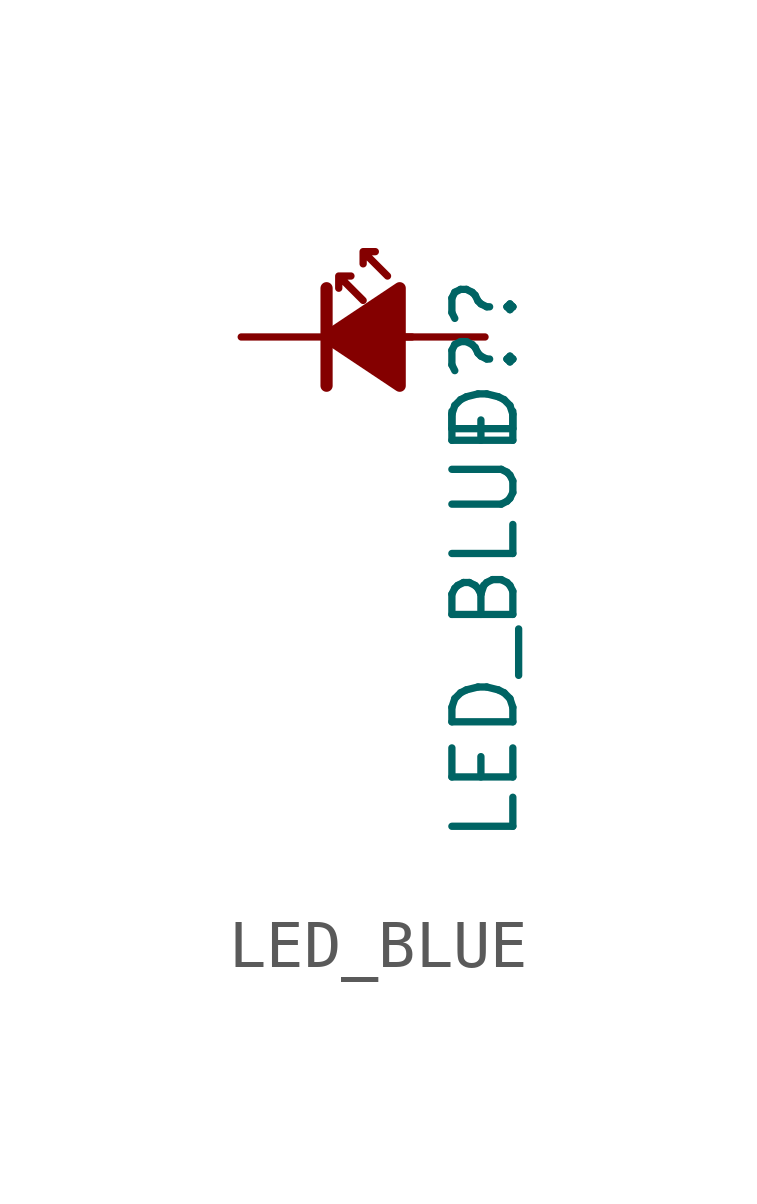
<source format=kicad_sym>
(kicad_symbol_lib
  (version 20211014)
  (generator kicad_symbol_editor)
  (symbol "LED_BLUE"
    (pin_numbers hide)
    (pin_names
      (offset 0.254) hide)
    (property "Reference" "D?"
      (at 2.54 1.334 90)
      (effects (font (size 1.27 1.27)) (justify right)))
    (property "Value" "LED_BLUE"
      (at 2.54 -1.206 90)
      (effects (font (size 1.27 1.27)) (justify right)))
    (symbol "LED_BLUE_0_1"
      (polyline (pts (xy -0.762 -1.016) (xy -0.762 1.016)) (stroke (width 0.254) (type default) (color 0 0 0 0)) (fill (type none)))
      (polyline (pts (xy 1.016 0) (xy -0.762 0)) (stroke (width 0) (type default) (color 0 0 0 0)) (fill (type none)))
      (polyline (pts (xy 0.762 -1.016) (xy -0.762 0) (xy 0.762 1.016) (xy 0.762 -1.016)) (stroke (width 0.254) (type default) (color 0 0 0 0)) (fill (type outline)))
      (polyline (pts (xy 0 0.762) (xy -0.508 1.27) (xy -0.254 1.27) (xy -0.508 1.27) (xy -0.508 1.016)) (stroke (width 0) (type default) (color 0 0 0 0)) (fill (type none)))
      (polyline (pts (xy 0.508 1.27) (xy 0 1.778) (xy 0.254 1.778) (xy 0 1.778) (xy 0 1.524)) (stroke (width 0) (type default) (color 0 0 0 0)) (fill (type none))))
    (symbol "LED_BLUE_1_1"
      (pin passive line (at -2.54 0 0) (length 1.778) (name "K" (effects (font (size 1.27 1.27)))) (number "1" (effects (font (size 1.27 1.27)))))
      (pin passive line (at 2.54 0 180) (length 1.778) (name "A" (effects (font (size 1.27 1.27)))) (number "2" (effects (font (size 1.27 1.27))))))))
</source>
